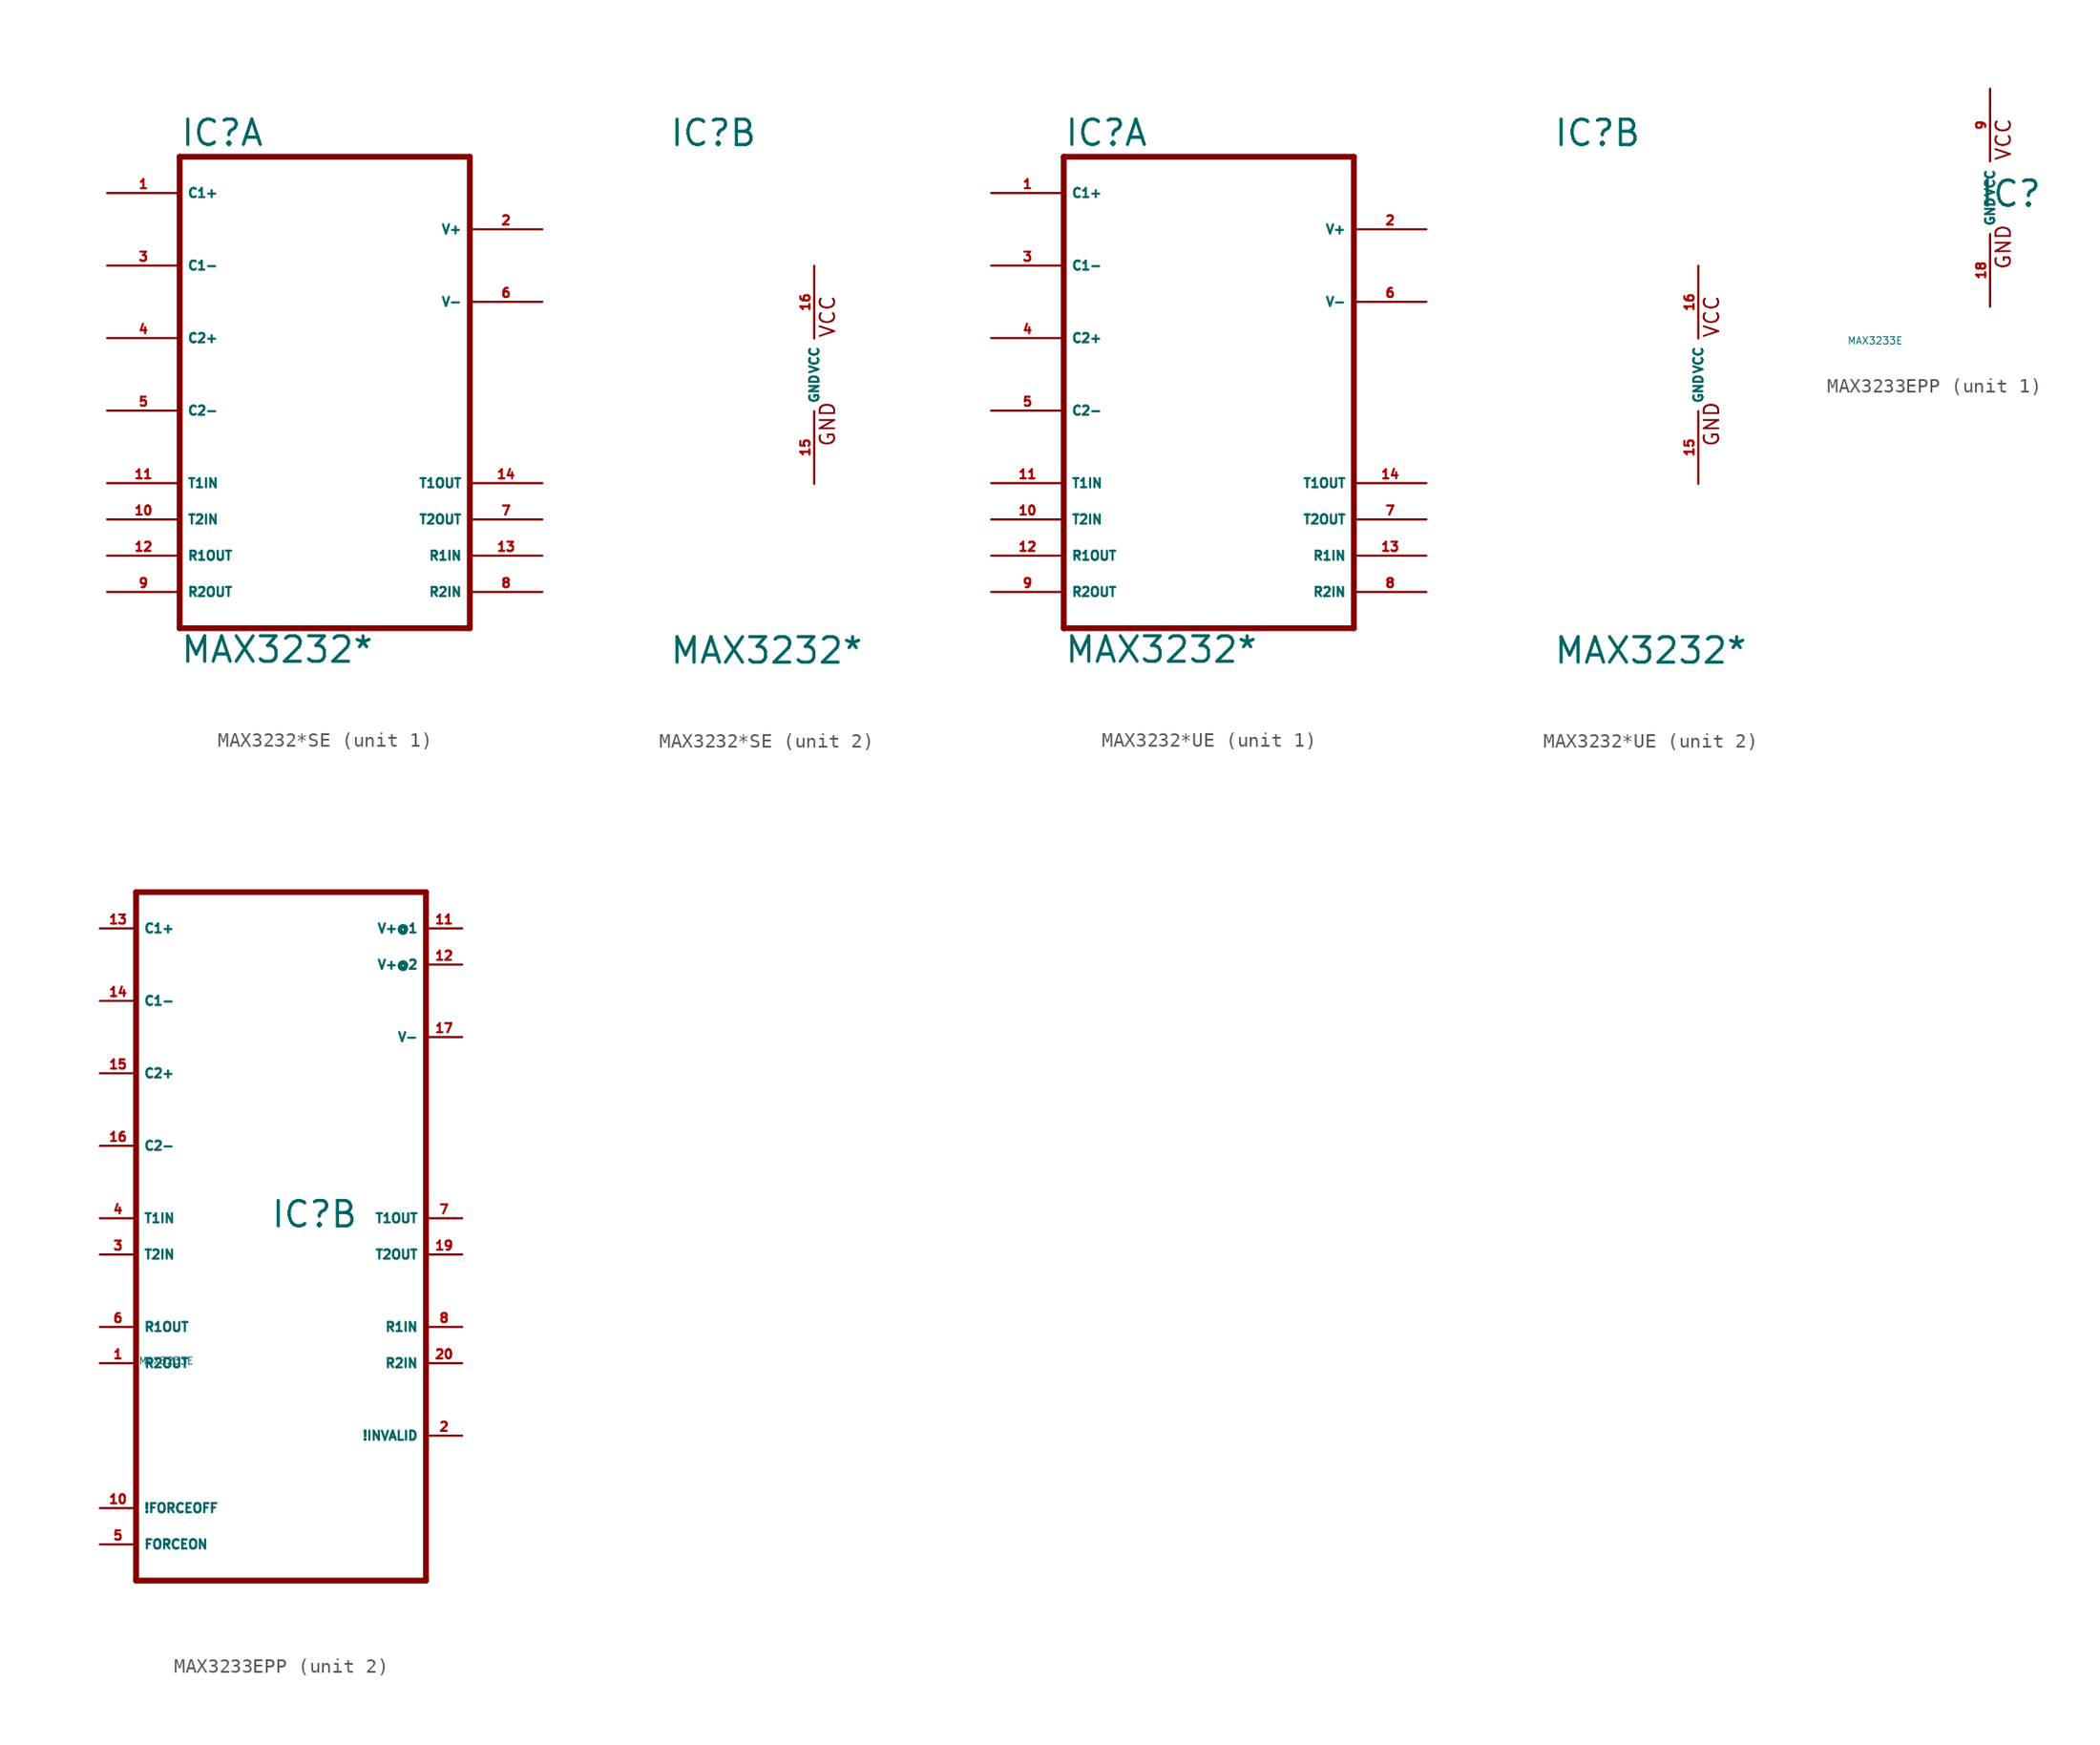
<source format=kicad_sym>
(kicad_symbol_lib
  (version 20220914)
  (generator Eagle2Kicad)
  (symbol "MAX3232*SE"
    (property "Reference" "IC"
      (at -10.16 15.875 0)
      (effects (font (size 1.778 1.778) (thickness 0.22)) (justify left bottom)))
    (property "Value" "MAX3232*"
      (at -10.16 -20.32 0)
      (effects (font (size 1.778 1.778) (thickness 0.22)) (justify left bottom)))
    (symbol "MAX3232*SE_1_0"
      (polyline (pts (xy -10.16 15.24) (xy 10.16 15.24)) (stroke (width 0.406) (type default)) (fill (type none)))
      (polyline (pts (xy 10.16 -17.78) (xy 10.16 15.24)) (stroke (width 0.406) (type default)) (fill (type none)))
      (polyline (pts (xy 10.16 -17.78) (xy -10.16 -17.78)) (stroke (width 0.406) (type default)) (fill (type none)))
      (polyline (pts (xy -10.16 15.24) (xy -10.16 -17.78)) (stroke (width 0.406) (type default)) (fill (type none)))
      (pin bidirectional line (at -15.24 12.7 0) (length 5.08) (name "C1+" (effects (font (size 0.635 0.635) (thickness 0.08)) (justify left bottom))) (number "1" (effects (font (size 0.635 0.635) (thickness 0.08)) (justify left bottom))))
      (pin bidirectional line (at -15.24 7.62 0) (length 5.08) (name "C1-" (effects (font (size 0.635 0.635) (thickness 0.08)) (justify left bottom))) (number "3" (effects (font (size 0.635 0.635) (thickness 0.08)) (justify left bottom))))
      (pin bidirectional line (at -15.24 2.54 0) (length 5.08) (name "C2+" (effects (font (size 0.635 0.635) (thickness 0.08)) (justify left bottom))) (number "4" (effects (font (size 0.635 0.635) (thickness 0.08)) (justify left bottom))))
      (pin bidirectional line (at -15.24 -2.54 0) (length 5.08) (name "C2-" (effects (font (size 0.635 0.635) (thickness 0.08)) (justify left bottom))) (number "5" (effects (font (size 0.635 0.635) (thickness 0.08)) (justify left bottom))))
      (pin input line (at -15.24 -7.62 0) (length 5.08) (name "T1IN" (effects (font (size 0.635 0.635) (thickness 0.08)) (justify left bottom))) (number "11" (effects (font (size 0.635 0.635) (thickness 0.08)) (justify left bottom))))
      (pin input line (at -15.24 -10.16 0) (length 5.08) (name "T2IN" (effects (font (size 0.635 0.635) (thickness 0.08)) (justify left bottom))) (number "10" (effects (font (size 0.635 0.635) (thickness 0.08)) (justify left bottom))))
      (pin output line (at -15.24 -12.7 0) (length 5.08) (name "R1OUT" (effects (font (size 0.635 0.635) (thickness 0.08)) (justify left bottom))) (number "12" (effects (font (size 0.635 0.635) (thickness 0.08)) (justify left bottom))))
      (pin output line (at -15.24 -15.24 0) (length 5.08) (name "R2OUT" (effects (font (size 0.635 0.635) (thickness 0.08)) (justify left bottom))) (number "9" (effects (font (size 0.635 0.635) (thickness 0.08)) (justify left bottom))))
      (pin bidirectional line (at 15.24 10.16 180) (length 5.08) (name "V+" (effects (font (size 0.635 0.635) (thickness 0.08)) (justify left bottom))) (number "2" (effects (font (size 0.635 0.635) (thickness 0.08)) (justify left bottom))))
      (pin bidirectional line (at 15.24 5.08 180) (length 5.08) (name "V-" (effects (font (size 0.635 0.635) (thickness 0.08)) (justify left bottom))) (number "6" (effects (font (size 0.635 0.635) (thickness 0.08)) (justify left bottom))))
      (pin output line (at 15.24 -7.62 180) (length 5.08) (name "T1OUT" (effects (font (size 0.635 0.635) (thickness 0.08)) (justify left bottom))) (number "14" (effects (font (size 0.635 0.635) (thickness 0.08)) (justify left bottom))))
      (pin output line (at 15.24 -10.16 180) (length 5.08) (name "T2OUT" (effects (font (size 0.635 0.635) (thickness 0.08)) (justify left bottom))) (number "7" (effects (font (size 0.635 0.635) (thickness 0.08)) (justify left bottom))))
      (pin input line (at 15.24 -12.7 180) (length 5.08) (name "R1IN" (effects (font (size 0.635 0.635) (thickness 0.08)) (justify left bottom))) (number "13" (effects (font (size 0.635 0.635) (thickness 0.08)) (justify left bottom))))
      (pin input line (at 15.24 -15.24 180) (length 5.08) (name "R2IN" (effects (font (size 0.635 0.635) (thickness 0.08)) (justify left bottom))) (number "8" (effects (font (size 0.635 0.635) (thickness 0.08)) (justify left bottom)))))
    (symbol "MAX3232*SE_2_0"
      (text "GND" (at 1.524 -5.08 900) (effects (font (size 1.016 1.016) (thickness 0.13)) (justify left bottom)))
      (text "VCC" (at 1.524 2.54 900) (effects (font (size 1.016 1.016) (thickness 0.13)) (justify left bottom)))
      (pin unspecified line (at 0 7.62 270) (length 5.08) (name "VCC" (effects (font (size 0.635 0.635) (thickness 0.08)) (justify left bottom))) (number "16" (effects (font (size 0.635 0.635) (thickness 0.08)) (justify left bottom))))
      (pin unspecified line (at 0 -7.62 90) (length 5.08) (name "GND" (effects (font (size 0.635 0.635) (thickness 0.08)) (justify left bottom))) (number "15" (effects (font (size 0.635 0.635) (thickness 0.08)) (justify left bottom))))))
  (symbol "MAX3232*UE"
    (property "Reference" "IC"
      (at -10.16 15.875 0)
      (effects (font (size 1.778 1.778) (thickness 0.22)) (justify left bottom)))
    (property "Value" "MAX3232*"
      (at -10.16 -20.32 0)
      (effects (font (size 1.778 1.778) (thickness 0.22)) (justify left bottom)))
    (symbol "MAX3232*UE_1_0"
      (polyline (pts (xy -10.16 15.24) (xy 10.16 15.24)) (stroke (width 0.406) (type default)) (fill (type none)))
      (polyline (pts (xy 10.16 -17.78) (xy 10.16 15.24)) (stroke (width 0.406) (type default)) (fill (type none)))
      (polyline (pts (xy 10.16 -17.78) (xy -10.16 -17.78)) (stroke (width 0.406) (type default)) (fill (type none)))
      (polyline (pts (xy -10.16 15.24) (xy -10.16 -17.78)) (stroke (width 0.406) (type default)) (fill (type none)))
      (pin bidirectional line (at -15.24 12.7 0) (length 5.08) (name "C1+" (effects (font (size 0.635 0.635) (thickness 0.08)) (justify left bottom))) (number "1" (effects (font (size 0.635 0.635) (thickness 0.08)) (justify left bottom))))
      (pin bidirectional line (at -15.24 7.62 0) (length 5.08) (name "C1-" (effects (font (size 0.635 0.635) (thickness 0.08)) (justify left bottom))) (number "3" (effects (font (size 0.635 0.635) (thickness 0.08)) (justify left bottom))))
      (pin bidirectional line (at -15.24 2.54 0) (length 5.08) (name "C2+" (effects (font (size 0.635 0.635) (thickness 0.08)) (justify left bottom))) (number "4" (effects (font (size 0.635 0.635) (thickness 0.08)) (justify left bottom))))
      (pin bidirectional line (at -15.24 -2.54 0) (length 5.08) (name "C2-" (effects (font (size 0.635 0.635) (thickness 0.08)) (justify left bottom))) (number "5" (effects (font (size 0.635 0.635) (thickness 0.08)) (justify left bottom))))
      (pin input line (at -15.24 -7.62 0) (length 5.08) (name "T1IN" (effects (font (size 0.635 0.635) (thickness 0.08)) (justify left bottom))) (number "11" (effects (font (size 0.635 0.635) (thickness 0.08)) (justify left bottom))))
      (pin input line (at -15.24 -10.16 0) (length 5.08) (name "T2IN" (effects (font (size 0.635 0.635) (thickness 0.08)) (justify left bottom))) (number "10" (effects (font (size 0.635 0.635) (thickness 0.08)) (justify left bottom))))
      (pin output line (at -15.24 -12.7 0) (length 5.08) (name "R1OUT" (effects (font (size 0.635 0.635) (thickness 0.08)) (justify left bottom))) (number "12" (effects (font (size 0.635 0.635) (thickness 0.08)) (justify left bottom))))
      (pin output line (at -15.24 -15.24 0) (length 5.08) (name "R2OUT" (effects (font (size 0.635 0.635) (thickness 0.08)) (justify left bottom))) (number "9" (effects (font (size 0.635 0.635) (thickness 0.08)) (justify left bottom))))
      (pin bidirectional line (at 15.24 10.16 180) (length 5.08) (name "V+" (effects (font (size 0.635 0.635) (thickness 0.08)) (justify left bottom))) (number "2" (effects (font (size 0.635 0.635) (thickness 0.08)) (justify left bottom))))
      (pin bidirectional line (at 15.24 5.08 180) (length 5.08) (name "V-" (effects (font (size 0.635 0.635) (thickness 0.08)) (justify left bottom))) (number "6" (effects (font (size 0.635 0.635) (thickness 0.08)) (justify left bottom))))
      (pin output line (at 15.24 -7.62 180) (length 5.08) (name "T1OUT" (effects (font (size 0.635 0.635) (thickness 0.08)) (justify left bottom))) (number "14" (effects (font (size 0.635 0.635) (thickness 0.08)) (justify left bottom))))
      (pin output line (at 15.24 -10.16 180) (length 5.08) (name "T2OUT" (effects (font (size 0.635 0.635) (thickness 0.08)) (justify left bottom))) (number "7" (effects (font (size 0.635 0.635) (thickness 0.08)) (justify left bottom))))
      (pin input line (at 15.24 -12.7 180) (length 5.08) (name "R1IN" (effects (font (size 0.635 0.635) (thickness 0.08)) (justify left bottom))) (number "13" (effects (font (size 0.635 0.635) (thickness 0.08)) (justify left bottom))))
      (pin input line (at 15.24 -15.24 180) (length 5.08) (name "R2IN" (effects (font (size 0.635 0.635) (thickness 0.08)) (justify left bottom))) (number "8" (effects (font (size 0.635 0.635) (thickness 0.08)) (justify left bottom)))))
    (symbol "MAX3232*UE_2_0"
      (text "GND" (at 1.524 -5.08 900) (effects (font (size 1.016 1.016) (thickness 0.13)) (justify left bottom)))
      (text "VCC" (at 1.524 2.54 900) (effects (font (size 1.016 1.016) (thickness 0.13)) (justify left bottom)))
      (pin unspecified line (at 0 7.62 270) (length 5.08) (name "VCC" (effects (font (size 0.635 0.635) (thickness 0.08)) (justify left bottom))) (number "16" (effects (font (size 0.635 0.635) (thickness 0.08)) (justify left bottom))))
      (pin unspecified line (at 0 -7.62 90) (length 5.08) (name "GND" (effects (font (size 0.635 0.635) (thickness 0.08)) (justify left bottom))) (number "15" (effects (font (size 0.635 0.635) (thickness 0.08)) (justify left bottom))))))
  (symbol "MAX3233EPP"
    (property "Reference" "IC"
      (at -0.762 -0.762 0)
      (effects (font (size 1.778 1.778) (thickness 0.22)) (justify left bottom)))
    (property "Value" "MAX3233E"
      (at -10 -10 0)
      (effects (font (size 0.5 0.5) (thickness 0.06)) (justify left)))
    (symbol "MAX3233EPP_1_0"
      (text "GND" (at 1.524 -5.08 900) (effects (font (size 1.016 1.016) (thickness 0.13)) (justify left bottom)))
      (text "VCC" (at 1.524 2.54 900) (effects (font (size 1.016 1.016) (thickness 0.13)) (justify left bottom)))
      (pin unspecified line (at 0 7.62 270) (length 5.08) (name "VCC" (effects (font (size 0.635 0.635) (thickness 0.08)) (justify left bottom))) (number "9" (effects (font (size 0.635 0.635) (thickness 0.08)) (justify left bottom))))
      (pin unspecified line (at 0 -7.62 90) (length 5.08) (name "GND" (effects (font (size 0.635 0.635) (thickness 0.08)) (justify left bottom))) (number "18" (effects (font (size 0.635 0.635) (thickness 0.08)) (justify left bottom)))))
    (symbol "MAX3233EPP_2_0"
      (polyline (pts (xy -10.16 22.86) (xy 10.16 22.86)) (stroke (width 0.406) (type default)) (fill (type none)))
      (polyline (pts (xy 10.16 -25.4) (xy 10.16 22.86)) (stroke (width 0.406) (type default)) (fill (type none)))
      (polyline (pts (xy 10.16 -25.4) (xy -10.16 -25.4)) (stroke (width 0.406) (type default)) (fill (type none)))
      (polyline (pts (xy -10.16 22.86) (xy -10.16 -25.4)) (stroke (width 0.406) (type default)) (fill (type none)))
      (pin passive line (at -12.7 20.32 0) (length 2.54) (name "C1+" (effects (font (size 0.635 0.635) (thickness 0.08)) (justify left bottom))) (number "13" (effects (font (size 0.635 0.635) (thickness 0.08)) (justify left bottom))))
      (pin passive line (at -12.7 15.24 0) (length 2.54) (name "C1-" (effects (font (size 0.635 0.635) (thickness 0.08)) (justify left bottom))) (number "14" (effects (font (size 0.635 0.635) (thickness 0.08)) (justify left bottom))))
      (pin passive line (at -12.7 10.16 0) (length 2.54) (name "C2+" (effects (font (size 0.635 0.635) (thickness 0.08)) (justify left bottom))) (number "15" (effects (font (size 0.635 0.635) (thickness 0.08)) (justify left bottom))))
      (pin passive line (at -12.7 5.08 0) (length 2.54) (name "C2-" (effects (font (size 0.635 0.635) (thickness 0.08)) (justify left bottom))) (number "16" (effects (font (size 0.635 0.635) (thickness 0.08)) (justify left bottom))))
      (pin input line (at -12.7 0 0) (length 2.54) (name "T1IN" (effects (font (size 0.635 0.635) (thickness 0.08)) (justify left bottom))) (number "4" (effects (font (size 0.635 0.635) (thickness 0.08)) (justify left bottom))))
      (pin input line (at -12.7 -2.54 0) (length 2.54) (name "T2IN" (effects (font (size 0.635 0.635) (thickness 0.08)) (justify left bottom))) (number "3" (effects (font (size 0.635 0.635) (thickness 0.08)) (justify left bottom))))
      (pin output line (at -12.7 -7.62 0) (length 2.54) (name "R1OUT" (effects (font (size 0.635 0.635) (thickness 0.08)) (justify left bottom))) (number "6" (effects (font (size 0.635 0.635) (thickness 0.08)) (justify left bottom))))
      (pin output line (at -12.7 -10.16 0) (length 2.54) (name "R2OUT" (effects (font (size 0.635 0.635) (thickness 0.08)) (justify left bottom))) (number "1" (effects (font (size 0.635 0.635) (thickness 0.08)) (justify left bottom))))
      (pin passive line (at 12.7 17.78 180) (length 2.54) (name "V+@2" (effects (font (size 0.635 0.635) (thickness 0.08)) (justify left bottom))) (number "12" (effects (font (size 0.635 0.635) (thickness 0.08)) (justify left bottom))))
      (pin passive line (at 12.7 12.7 180) (length 2.54) (name "V-" (effects (font (size 0.635 0.635) (thickness 0.08)) (justify left bottom))) (number "17" (effects (font (size 0.635 0.635) (thickness 0.08)) (justify left bottom))))
      (pin output line (at 12.7 0 180) (length 2.54) (name "T1OUT" (effects (font (size 0.635 0.635) (thickness 0.08)) (justify left bottom))) (number "7" (effects (font (size 0.635 0.635) (thickness 0.08)) (justify left bottom))))
      (pin output line (at 12.7 -2.54 180) (length 2.54) (name "T2OUT" (effects (font (size 0.635 0.635) (thickness 0.08)) (justify left bottom))) (number "19" (effects (font (size 0.635 0.635) (thickness 0.08)) (justify left bottom))))
      (pin input line (at 12.7 -7.62 180) (length 2.54) (name "R1IN" (effects (font (size 0.635 0.635) (thickness 0.08)) (justify left bottom))) (number "8" (effects (font (size 0.635 0.635) (thickness 0.08)) (justify left bottom))))
      (pin input line (at 12.7 -10.16 180) (length 2.54) (name "R2IN" (effects (font (size 0.635 0.635) (thickness 0.08)) (justify left bottom))) (number "20" (effects (font (size 0.635 0.635) (thickness 0.08)) (justify left bottom))))
      (pin output line (at 12.7 -15.24 180) (length 2.54) (name "!INVALID" (effects (font (size 0.635 0.635) (thickness 0.08)) (justify left bottom))) (number "2" (effects (font (size 0.635 0.635) (thickness 0.08)) (justify left bottom))))
      (pin input line (at -12.7 -20.32 0) (length 2.54) (name "!FORCEOFF" (effects (font (size 0.635 0.635) (thickness 0.08)) (justify left bottom))) (number "10" (effects (font (size 0.635 0.635) (thickness 0.08)) (justify left bottom))))
      (pin input line (at -12.7 -22.86 0) (length 2.54) (name "FORCEON" (effects (font (size 0.635 0.635) (thickness 0.08)) (justify left bottom))) (number "5" (effects (font (size 0.635 0.635) (thickness 0.08)) (justify left bottom))))
      (pin passive line (at 12.7 20.32 180) (length 2.54) (name "V+@1" (effects (font (size 0.635 0.635) (thickness 0.08)) (justify left bottom))) (number "11" (effects (font (size 0.635 0.635) (thickness 0.08)) (justify left bottom)))))))
</source>
